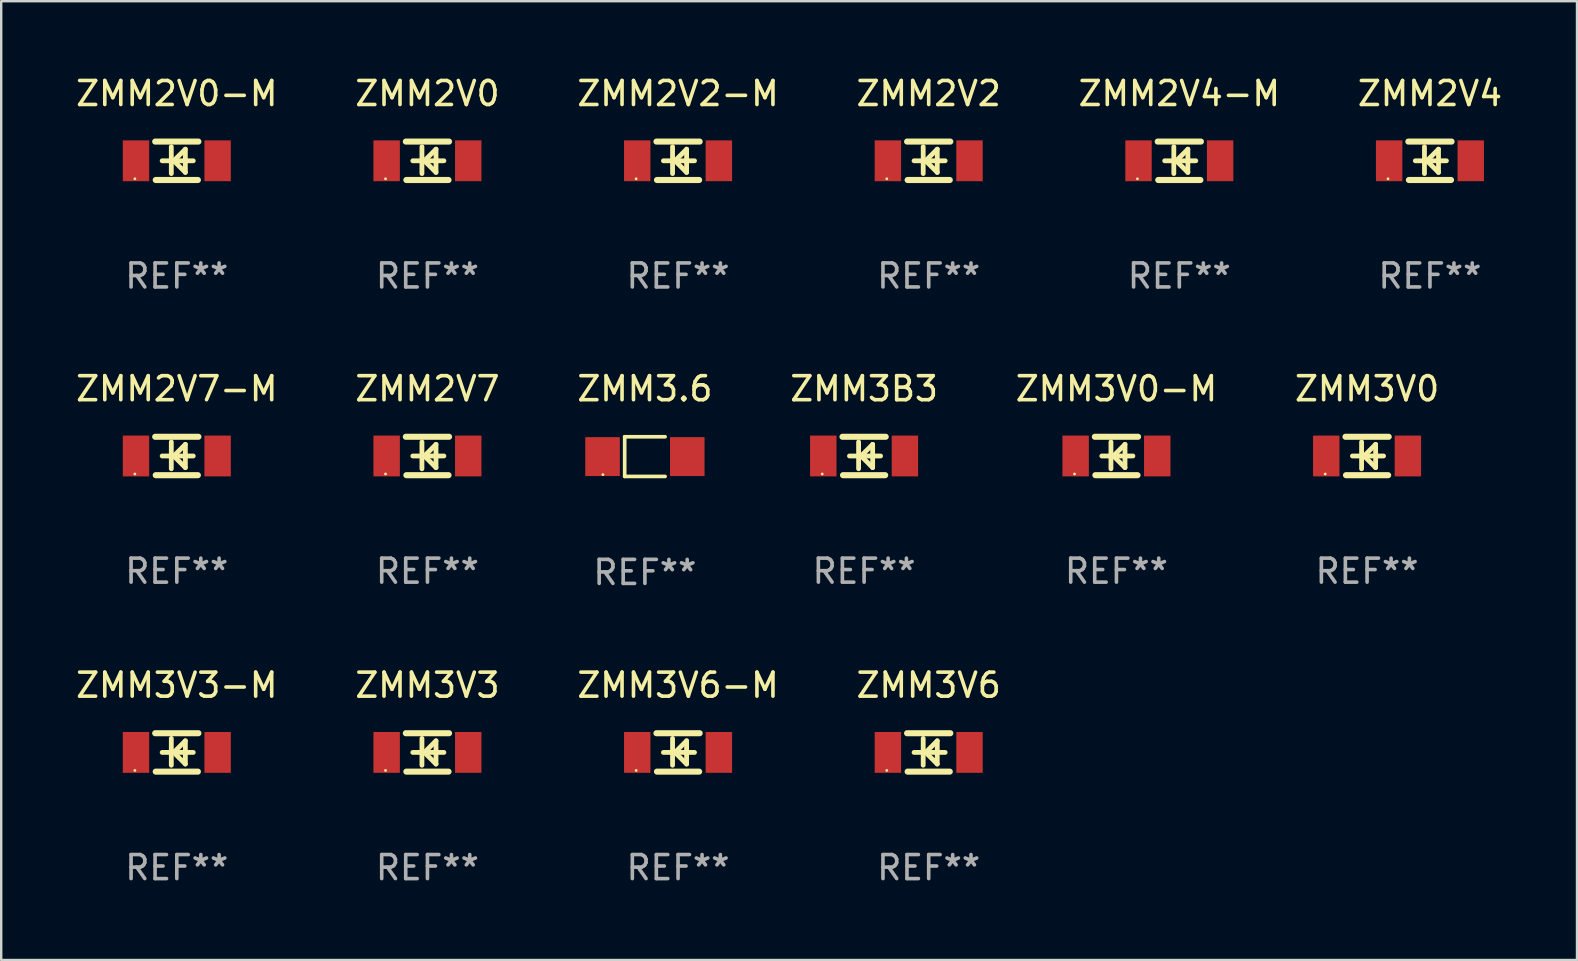
<source format=kicad_pcb>
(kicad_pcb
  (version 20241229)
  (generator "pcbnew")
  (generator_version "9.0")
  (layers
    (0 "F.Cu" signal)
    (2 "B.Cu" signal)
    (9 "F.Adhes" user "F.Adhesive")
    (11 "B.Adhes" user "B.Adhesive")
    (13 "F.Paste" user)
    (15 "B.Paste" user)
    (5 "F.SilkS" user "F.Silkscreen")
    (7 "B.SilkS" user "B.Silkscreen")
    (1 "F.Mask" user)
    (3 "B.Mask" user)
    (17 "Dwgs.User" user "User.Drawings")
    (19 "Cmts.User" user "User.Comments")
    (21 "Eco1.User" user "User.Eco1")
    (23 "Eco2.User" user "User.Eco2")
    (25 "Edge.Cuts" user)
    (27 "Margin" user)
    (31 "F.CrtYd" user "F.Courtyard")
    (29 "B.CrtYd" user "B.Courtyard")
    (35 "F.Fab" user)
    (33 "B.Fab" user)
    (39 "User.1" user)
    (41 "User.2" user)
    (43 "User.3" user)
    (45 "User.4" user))
  (footprint "ZMM3V6-M"
    (layer "F.Cu")
    (at 25.196 28.294)
    (property "Reference" "ZMM3V6-M" (at 0 -2.8 0) (layer "F.SilkS") (effects (font (size 1 1) (thickness 0.15))))
    (attr through_hole)
    (fp_line (start -0.9 -0.8) (end 0.9 -0.8) (stroke (width 0.254) (type solid)) (layer "F.SilkS"))
    (fp_line (start -0.878 0.8) (end 0.878 0.8) (stroke (width 0.254) (type solid)) (layer "F.SilkS"))
    (fp_line (start -0.61 0) (end 0.686 0) (stroke (width 0.2) (type solid)) (layer "F.SilkS"))
    (fp_line (start -0.229 -0.584) (end -0.229 0.533) (stroke (width 0.2) (type solid)) (layer "F.SilkS"))
    (fp_line (start -0.127 0) (end 0.356 -0.483) (stroke (width 0.2) (type solid)) (layer "F.SilkS"))
    (fp_line (start 0.356 -0.483) (end 0.356 0.483) (stroke (width 0.2) (type solid)) (layer "F.SilkS"))
    (fp_line (start 0.356 0.483) (end -0.102 0.025) (stroke (width 0.2) (type solid)) (layer "F.SilkS"))
    (fp_circle (center -1.746 0.75) (end -1.716 0.75) (stroke (width 0.06) (type solid)) (fill no) (layer "F.SilkS"))
    (fp_text user "REF**" (at 0 4.8 0) (layer "F.Fab") (effects (font (size 1 1) (thickness 0.15))))
    (pad "1" smd rect (at -1.7 0 180) (size 1.1 1.7) (layers "F.Cu" "F.Mask" "F.Paste"))
    (pad "2" smd rect (at 1.7 0 180) (size 1.1 1.7) (layers "F.Cu" "F.Mask" "F.Paste")))
  (footprint "ZMM3V6"
    (layer "F.Cu")
    (at 35.637 28.294)
    (property "Reference" "ZMM3V6" (at 0 -2.8 0) (layer "F.SilkS") (effects (font (size 1 1) (thickness 0.15))))
    (attr through_hole)
    (fp_line (start -0.9 -0.8) (end 0.9 -0.8) (stroke (width 0.254) (type solid)) (layer "F.SilkS"))
    (fp_line (start -0.878 0.8) (end 0.878 0.8) (stroke (width 0.254) (type solid)) (layer "F.SilkS"))
    (fp_line (start -0.61 0) (end 0.686 0) (stroke (width 0.2) (type solid)) (layer "F.SilkS"))
    (fp_line (start -0.229 -0.584) (end -0.229 0.533) (stroke (width 0.2) (type solid)) (layer "F.SilkS"))
    (fp_line (start -0.127 0) (end 0.356 -0.483) (stroke (width 0.2) (type solid)) (layer "F.SilkS"))
    (fp_line (start 0.356 -0.483) (end 0.356 0.483) (stroke (width 0.2) (type solid)) (layer "F.SilkS"))
    (fp_line (start 0.356 0.483) (end -0.102 0.025) (stroke (width 0.2) (type solid)) (layer "F.SilkS"))
    (fp_circle (center -1.746 0.75) (end -1.716 0.75) (stroke (width 0.06) (type solid)) (fill no) (layer "F.SilkS"))
    (fp_text user "REF**" (at 0 4.8 0) (layer "F.Fab") (effects (font (size 1 1) (thickness 0.15))))
    (pad "1" smd rect (at -1.7 0 180) (size 1.1 1.7) (layers "F.Cu" "F.Mask" "F.Paste"))
    (pad "2" smd rect (at 1.7 0 180) (size 1.1 1.7) (layers "F.Cu" "F.Mask" "F.Paste")))
  (footprint "ZMM2V7"
    (layer "F.Cu")
    (at 14.756 15.945)
    (property "Reference" "ZMM2V7" (at 0 -2.8 0) (layer "F.SilkS") (effects (font (size 1 1) (thickness 0.15))))
    (attr through_hole)
    (fp_line (start -0.9 -0.8) (end 0.9 -0.8) (stroke (width 0.254) (type solid)) (layer "F.SilkS"))
    (fp_line (start -0.878 0.8) (end 0.878 0.8) (stroke (width 0.254) (type solid)) (layer "F.SilkS"))
    (fp_line (start -0.61 0) (end 0.686 0) (stroke (width 0.2) (type solid)) (layer "F.SilkS"))
    (fp_line (start -0.229 -0.584) (end -0.229 0.533) (stroke (width 0.2) (type solid)) (layer "F.SilkS"))
    (fp_line (start -0.127 0) (end 0.356 -0.483) (stroke (width 0.2) (type solid)) (layer "F.SilkS"))
    (fp_line (start 0.356 -0.483) (end 0.356 0.483) (stroke (width 0.2) (type solid)) (layer "F.SilkS"))
    (fp_line (start 0.356 0.483) (end -0.102 0.025) (stroke (width 0.2) (type solid)) (layer "F.SilkS"))
    (fp_circle (center -1.746 0.75) (end -1.716 0.75) (stroke (width 0.06) (type solid)) (fill no) (layer "F.SilkS"))
    (fp_text user "REF**" (at 0 4.8 0) (layer "F.Fab") (effects (font (size 1 1) (thickness 0.15))))
    (pad "1" smd rect (at -1.7 0 180) (size 1.1 1.7) (layers "F.Cu" "F.Mask" "F.Paste"))
    (pad "2" smd rect (at 1.7 0 180) (size 1.1 1.7) (layers "F.Cu" "F.Mask" "F.Paste")))
  (footprint "ZMM2V0"
    (layer "F.Cu")
    (at 14.756 3.648)
    (property "Reference" "ZMM2V0" (at 0 -2.8 0) (layer "F.SilkS") (effects (font (size 1 1) (thickness 0.15))))
    (attr through_hole)
    (fp_line (start -0.9 -0.8) (end 0.9 -0.8) (stroke (width 0.254) (type solid)) (layer "F.SilkS"))
    (fp_line (start -0.878 0.8) (end 0.878 0.8) (stroke (width 0.254) (type solid)) (layer "F.SilkS"))
    (fp_line (start -0.61 0) (end 0.686 0) (stroke (width 0.2) (type solid)) (layer "F.SilkS"))
    (fp_line (start -0.229 -0.584) (end -0.229 0.533) (stroke (width 0.2) (type solid)) (layer "F.SilkS"))
    (fp_line (start -0.127 0) (end 0.356 -0.483) (stroke (width 0.2) (type solid)) (layer "F.SilkS"))
    (fp_line (start 0.356 -0.483) (end 0.356 0.483) (stroke (width 0.2) (type solid)) (layer "F.SilkS"))
    (fp_line (start 0.356 0.483) (end -0.102 0.025) (stroke (width 0.2) (type solid)) (layer "F.SilkS"))
    (fp_circle (center -1.746 0.75) (end -1.716 0.75) (stroke (width 0.06) (type solid)) (fill no) (layer "F.SilkS"))
    (fp_text user "REF**" (at 0 4.8 0) (layer "F.Fab") (effects (font (size 1 1) (thickness 0.15))))
    (pad "1" smd rect (at -1.7 0 180) (size 1.1 1.7) (layers "F.Cu" "F.Mask" "F.Paste"))
    (pad "2" smd rect (at 1.7 0 180) (size 1.1 1.7) (layers "F.Cu" "F.Mask" "F.Paste")))
  (footprint "ZMM3V3-M"
    (layer "F.Cu")
    (at 4.315 28.294)
    (property "Reference" "ZMM3V3-M" (at 0 -2.8 0) (layer "F.SilkS") (effects (font (size 1 1) (thickness 0.15))))
    (attr through_hole)
    (fp_line (start -0.9 -0.8) (end 0.9 -0.8) (stroke (width 0.254) (type solid)) (layer "F.SilkS"))
    (fp_line (start -0.878 0.8) (end 0.878 0.8) (stroke (width 0.254) (type solid)) (layer "F.SilkS"))
    (fp_line (start -0.61 0) (end 0.686 0) (stroke (width 0.2) (type solid)) (layer "F.SilkS"))
    (fp_line (start -0.229 -0.584) (end -0.229 0.533) (stroke (width 0.2) (type solid)) (layer "F.SilkS"))
    (fp_line (start -0.127 0) (end 0.356 -0.483) (stroke (width 0.2) (type solid)) (layer "F.SilkS"))
    (fp_line (start 0.356 -0.483) (end 0.356 0.483) (stroke (width 0.2) (type solid)) (layer "F.SilkS"))
    (fp_line (start 0.356 0.483) (end -0.102 0.025) (stroke (width 0.2) (type solid)) (layer "F.SilkS"))
    (fp_circle (center -1.746 0.75) (end -1.716 0.75) (stroke (width 0.06) (type solid)) (fill no) (layer "F.SilkS"))
    (fp_text user "REF**" (at 0 4.8 0) (layer "F.Fab") (effects (font (size 1 1) (thickness 0.15))))
    (pad "1" smd rect (at -1.7 0 180) (size 1.1 1.7) (layers "F.Cu" "F.Mask" "F.Paste"))
    (pad "2" smd rect (at 1.7 0 180) (size 1.1 1.7) (layers "F.Cu" "F.Mask" "F.Paste")))
  (footprint "ZMM3V3"
    (layer "F.Cu")
    (at 14.756 28.294)
    (property "Reference" "ZMM3V3" (at 0 -2.8 0) (layer "F.SilkS") (effects (font (size 1 1) (thickness 0.15))))
    (attr through_hole)
    (fp_line (start -0.9 -0.8) (end 0.9 -0.8) (stroke (width 0.254) (type solid)) (layer "F.SilkS"))
    (fp_line (start -0.878 0.8) (end 0.878 0.8) (stroke (width 0.254) (type solid)) (layer "F.SilkS"))
    (fp_line (start -0.61 0) (end 0.686 0) (stroke (width 0.2) (type solid)) (layer "F.SilkS"))
    (fp_line (start -0.229 -0.584) (end -0.229 0.533) (stroke (width 0.2) (type solid)) (layer "F.SilkS"))
    (fp_line (start -0.127 0) (end 0.356 -0.483) (stroke (width 0.2) (type solid)) (layer "F.SilkS"))
    (fp_line (start 0.356 -0.483) (end 0.356 0.483) (stroke (width 0.2) (type solid)) (layer "F.SilkS"))
    (fp_line (start 0.356 0.483) (end -0.102 0.025) (stroke (width 0.2) (type solid)) (layer "F.SilkS"))
    (fp_circle (center -1.746 0.75) (end -1.716 0.75) (stroke (width 0.06) (type solid)) (fill no) (layer "F.SilkS"))
    (fp_text user "REF**" (at 0 4.8 0) (layer "F.Fab") (effects (font (size 1 1) (thickness 0.15))))
    (pad "1" smd rect (at -1.7 0 180) (size 1.1 1.7) (layers "F.Cu" "F.Mask" "F.Paste"))
    (pad "2" smd rect (at 1.7 0 180) (size 1.1 1.7) (layers "F.Cu" "F.Mask" "F.Paste")))
  (footprint "ZMM2V4"
    (layer "F.Cu")
    (at 56.518 3.648)
    (property "Reference" "ZMM2V4" (at 0 -2.8 0) (layer "F.SilkS") (effects (font (size 1 1) (thickness 0.15))))
    (attr through_hole)
    (fp_line (start -0.9 -0.8) (end 0.9 -0.8) (stroke (width 0.254) (type solid)) (layer "F.SilkS"))
    (fp_line (start -0.878 0.8) (end 0.878 0.8) (stroke (width 0.254) (type solid)) (layer "F.SilkS"))
    (fp_line (start -0.61 0) (end 0.686 0) (stroke (width 0.2) (type solid)) (layer "F.SilkS"))
    (fp_line (start -0.229 -0.584) (end -0.229 0.533) (stroke (width 0.2) (type solid)) (layer "F.SilkS"))
    (fp_line (start -0.127 0) (end 0.356 -0.483) (stroke (width 0.2) (type solid)) (layer "F.SilkS"))
    (fp_line (start 0.356 -0.483) (end 0.356 0.483) (stroke (width 0.2) (type solid)) (layer "F.SilkS"))
    (fp_line (start 0.356 0.483) (end -0.102 0.025) (stroke (width 0.2) (type solid)) (layer "F.SilkS"))
    (fp_circle (center -1.746 0.75) (end -1.716 0.75) (stroke (width 0.06) (type solid)) (fill no) (layer "F.SilkS"))
    (fp_text user "REF**" (at 0 4.8 0) (layer "F.Fab") (effects (font (size 1 1) (thickness 0.15))))
    (pad "1" smd rect (at -1.7 0 180) (size 1.1 1.7) (layers "F.Cu" "F.Mask" "F.Paste"))
    (pad "2" smd rect (at 1.7 0 180) (size 1.1 1.7) (layers "F.Cu" "F.Mask" "F.Paste")))
  (footprint "ZMM3V0"
    (layer "F.Cu")
    (at 53.899 15.945)
    (property "Reference" "ZMM3V0" (at 0 -2.8 0) (layer "F.SilkS") (effects (font (size 1 1) (thickness 0.15))))
    (attr through_hole)
    (fp_line (start -0.9 -0.8) (end 0.9 -0.8) (stroke (width 0.254) (type solid)) (layer "F.SilkS"))
    (fp_line (start -0.878 0.8) (end 0.878 0.8) (stroke (width 0.254) (type solid)) (layer "F.SilkS"))
    (fp_line (start -0.61 0) (end 0.686 0) (stroke (width 0.2) (type solid)) (layer "F.SilkS"))
    (fp_line (start -0.229 -0.584) (end -0.229 0.533) (stroke (width 0.2) (type solid)) (layer "F.SilkS"))
    (fp_line (start -0.127 0) (end 0.356 -0.483) (stroke (width 0.2) (type solid)) (layer "F.SilkS"))
    (fp_line (start 0.356 -0.483) (end 0.356 0.483) (stroke (width 0.2) (type solid)) (layer "F.SilkS"))
    (fp_line (start 0.356 0.483) (end -0.102 0.025) (stroke (width 0.2) (type solid)) (layer "F.SilkS"))
    (fp_circle (center -1.746 0.75) (end -1.716 0.75) (stroke (width 0.06) (type solid)) (fill no) (layer "F.SilkS"))
    (fp_text user "REF**" (at 0 4.8 0) (layer "F.Fab") (effects (font (size 1 1) (thickness 0.15))))
    (pad "1" smd rect (at -1.7 0 180) (size 1.1 1.7) (layers "F.Cu" "F.Mask" "F.Paste"))
    (pad "2" smd rect (at 1.7 0 180) (size 1.1 1.7) (layers "F.Cu" "F.Mask" "F.Paste")))
  (footprint "ZMM2V4-M"
    (layer "F.Cu")
    (at 46.077 3.648)
    (property "Reference" "ZMM2V4-M" (at 0 -2.8 0) (layer "F.SilkS") (effects (font (size 1 1) (thickness 0.15))))
    (attr through_hole)
    (fp_line (start -0.9 -0.8) (end 0.9 -0.8) (stroke (width 0.254) (type solid)) (layer "F.SilkS"))
    (fp_line (start -0.878 0.8) (end 0.878 0.8) (stroke (width 0.254) (type solid)) (layer "F.SilkS"))
    (fp_line (start -0.61 0) (end 0.686 0) (stroke (width 0.2) (type solid)) (layer "F.SilkS"))
    (fp_line (start -0.229 -0.584) (end -0.229 0.533) (stroke (width 0.2) (type solid)) (layer "F.SilkS"))
    (fp_line (start -0.127 0) (end 0.356 -0.483) (stroke (width 0.2) (type solid)) (layer "F.SilkS"))
    (fp_line (start 0.356 -0.483) (end 0.356 0.483) (stroke (width 0.2) (type solid)) (layer "F.SilkS"))
    (fp_line (start 0.356 0.483) (end -0.102 0.025) (stroke (width 0.2) (type solid)) (layer "F.SilkS"))
    (fp_circle (center -1.746 0.75) (end -1.716 0.75) (stroke (width 0.06) (type solid)) (fill no) (layer "F.SilkS"))
    (fp_text user "REF**" (at 0 4.8 0) (layer "F.Fab") (effects (font (size 1 1) (thickness 0.15))))
    (pad "1" smd rect (at -1.7 0 180) (size 1.1 1.7) (layers "F.Cu" "F.Mask" "F.Paste"))
    (pad "2" smd rect (at 1.7 0 180) (size 1.1 1.7) (layers "F.Cu" "F.Mask" "F.Paste")))
  (footprint "ZMM3B3"
    (layer "F.Cu")
    (at 32.946 15.945)
    (property "Reference" "ZMM3B3" (at 0 -2.8 0) (layer "F.SilkS") (effects (font (size 1 1) (thickness 0.15))))
    (attr through_hole)
    (fp_line (start -0.9 -0.8) (end 0.9 -0.8) (stroke (width 0.254) (type solid)) (layer "F.SilkS"))
    (fp_line (start -0.878 0.8) (end 0.878 0.8) (stroke (width 0.254) (type solid)) (layer "F.SilkS"))
    (fp_line (start -0.61 0) (end 0.686 0) (stroke (width 0.2) (type solid)) (layer "F.SilkS"))
    (fp_line (start -0.229 -0.584) (end -0.229 0.533) (stroke (width 0.2) (type solid)) (layer "F.SilkS"))
    (fp_line (start -0.127 0) (end 0.356 -0.483) (stroke (width 0.2) (type solid)) (layer "F.SilkS"))
    (fp_line (start 0.356 -0.483) (end 0.356 0.483) (stroke (width 0.2) (type solid)) (layer "F.SilkS"))
    (fp_line (start 0.356 0.483) (end -0.102 0.025) (stroke (width 0.2) (type solid)) (layer "F.SilkS"))
    (fp_circle (center -1.746 0.75) (end -1.716 0.75) (stroke (width 0.06) (type solid)) (fill no) (layer "F.SilkS"))
    (fp_text user "REF**" (at 0 4.8 0) (layer "F.Fab") (effects (font (size 1 1) (thickness 0.15))))
    (pad "1" smd rect (at -1.7 0 180) (size 1.1 1.7) (layers "F.Cu" "F.Mask" "F.Paste"))
    (pad "2" smd rect (at 1.7 0 180) (size 1.1 1.7) (layers "F.Cu" "F.Mask" "F.Paste")))
  (footprint "ZMM3V0-M"
    (layer "F.Cu")
    (at 43.458 15.945)
    (property "Reference" "ZMM3V0-M" (at 0 -2.8 0) (layer "F.SilkS") (effects (font (size 1 1) (thickness 0.15))))
    (attr through_hole)
    (fp_line (start -0.9 -0.8) (end 0.9 -0.8) (stroke (width 0.254) (type solid)) (layer "F.SilkS"))
    (fp_line (start -0.878 0.8) (end 0.878 0.8) (stroke (width 0.254) (type solid)) (layer "F.SilkS"))
    (fp_line (start -0.61 0) (end 0.686 0) (stroke (width 0.2) (type solid)) (layer "F.SilkS"))
    (fp_line (start -0.229 -0.584) (end -0.229 0.533) (stroke (width 0.2) (type solid)) (layer "F.SilkS"))
    (fp_line (start -0.127 0) (end 0.356 -0.483) (stroke (width 0.2) (type solid)) (layer "F.SilkS"))
    (fp_line (start 0.356 -0.483) (end 0.356 0.483) (stroke (width 0.2) (type solid)) (layer "F.SilkS"))
    (fp_line (start 0.356 0.483) (end -0.102 0.025) (stroke (width 0.2) (type solid)) (layer "F.SilkS"))
    (fp_circle (center -1.746 0.75) (end -1.716 0.75) (stroke (width 0.06) (type solid)) (fill no) (layer "F.SilkS"))
    (fp_text user "REF**" (at 0 4.8 0) (layer "F.Fab") (effects (font (size 1 1) (thickness 0.15))))
    (pad "1" smd rect (at -1.7 0 180) (size 1.1 1.7) (layers "F.Cu" "F.Mask" "F.Paste"))
    (pad "2" smd rect (at 1.7 0 180) (size 1.1 1.7) (layers "F.Cu" "F.Mask" "F.Paste")))
  (footprint "ZMM2V0-M"
    (layer "F.Cu")
    (at 4.315 3.648)
    (property "Reference" "ZMM2V0-M" (at 0 -2.8 0) (layer "F.SilkS") (effects (font (size 1 1) (thickness 0.15))))
    (attr through_hole)
    (fp_line (start -0.9 -0.8) (end 0.9 -0.8) (stroke (width 0.254) (type solid)) (layer "F.SilkS"))
    (fp_line (start -0.878 0.8) (end 0.878 0.8) (stroke (width 0.254) (type solid)) (layer "F.SilkS"))
    (fp_line (start -0.61 0) (end 0.686 0) (stroke (width 0.2) (type solid)) (layer "F.SilkS"))
    (fp_line (start -0.229 -0.584) (end -0.229 0.533) (stroke (width 0.2) (type solid)) (layer "F.SilkS"))
    (fp_line (start -0.127 0) (end 0.356 -0.483) (stroke (width 0.2) (type solid)) (layer "F.SilkS"))
    (fp_line (start 0.356 -0.483) (end 0.356 0.483) (stroke (width 0.2) (type solid)) (layer "F.SilkS"))
    (fp_line (start 0.356 0.483) (end -0.102 0.025) (stroke (width 0.2) (type solid)) (layer "F.SilkS"))
    (fp_circle (center -1.746 0.75) (end -1.716 0.75) (stroke (width 0.06) (type solid)) (fill no) (layer "F.SilkS"))
    (fp_text user "REF**" (at 0 4.8 0) (layer "F.Fab") (effects (font (size 1 1) (thickness 0.15))))
    (pad "1" smd rect (at -1.7 0 180) (size 1.1 1.7) (layers "F.Cu" "F.Mask" "F.Paste"))
    (pad "2" smd rect (at 1.7 0 180) (size 1.1 1.7) (layers "F.Cu" "F.Mask" "F.Paste")))
  (footprint "ZMM2V2-M"
    (layer "F.Cu")
    (at 25.196 3.648)
    (property "Reference" "ZMM2V2-M" (at 0 -2.8 0) (layer "F.SilkS") (effects (font (size 1 1) (thickness 0.15))))
    (attr through_hole)
    (fp_line (start -0.9 -0.8) (end 0.9 -0.8) (stroke (width 0.254) (type solid)) (layer "F.SilkS"))
    (fp_line (start -0.878 0.8) (end 0.878 0.8) (stroke (width 0.254) (type solid)) (layer "F.SilkS"))
    (fp_line (start -0.61 0) (end 0.686 0) (stroke (width 0.2) (type solid)) (layer "F.SilkS"))
    (fp_line (start -0.229 -0.584) (end -0.229 0.533) (stroke (width 0.2) (type solid)) (layer "F.SilkS"))
    (fp_line (start -0.127 0) (end 0.356 -0.483) (stroke (width 0.2) (type solid)) (layer "F.SilkS"))
    (fp_line (start 0.356 -0.483) (end 0.356 0.483) (stroke (width 0.2) (type solid)) (layer "F.SilkS"))
    (fp_line (start 0.356 0.483) (end -0.102 0.025) (stroke (width 0.2) (type solid)) (layer "F.SilkS"))
    (fp_circle (center -1.746 0.75) (end -1.716 0.75) (stroke (width 0.06) (type solid)) (fill no) (layer "F.SilkS"))
    (fp_text user "REF**" (at 0 4.8 0) (layer "F.Fab") (effects (font (size 1 1) (thickness 0.15))))
    (pad "1" smd rect (at -1.7 0 180) (size 1.1 1.7) (layers "F.Cu" "F.Mask" "F.Paste"))
    (pad "2" smd rect (at 1.7 0 180) (size 1.1 1.7) (layers "F.Cu" "F.Mask" "F.Paste")))
  (footprint "ZMM3.6"
    (layer "F.Cu")
    (at 23.815 15.971)
    (property "Reference" "ZMM3.6" (at 0 -2.826 0) (layer "F.SilkS") (effects (font (size 1 1) (thickness 0.15))))
    (attr through_hole)
    (fp_line (start -0.842 -0.826) (end -0.842 0.826) (stroke (width 0.152) (type solid)) (layer "F.SilkS"))
    (fp_line (start -0.842 -0.826) (end 0.842 -0.826) (stroke (width 0.152) (type solid)) (layer "F.SilkS"))
    (fp_line (start -0.842 0.826) (end 0.842 0.826) (stroke (width 0.152) (type solid)) (layer "F.SilkS"))
    (fp_circle (center -1.75 0.75) (end -1.72 0.75) (stroke (width 0.06) (type solid)) (fill no) (layer "F.SilkS"))
    (fp_text user "REF**" (at 0 4.826 0) (layer "F.Fab") (effects (font (size 1 1) (thickness 0.15))))
    (pad "1" smd rect (at -1.765 0) (size 1.44 1.62) (layers "F.Cu" "F.Mask" "F.Paste"))
    (pad "2" smd rect (at 1.765 0) (size 1.44 1.62) (layers "F.Cu" "F.Mask" "F.Paste")))
  (footprint "ZMM2V2"
    (layer "F.Cu")
    (at 35.637 3.648)
    (property "Reference" "ZMM2V2" (at 0 -2.8 0) (layer "F.SilkS") (effects (font (size 1 1) (thickness 0.15))))
    (attr through_hole)
    (fp_line (start -0.9 -0.8) (end 0.9 -0.8) (stroke (width 0.254) (type solid)) (layer "F.SilkS"))
    (fp_line (start -0.878 0.8) (end 0.878 0.8) (stroke (width 0.254) (type solid)) (layer "F.SilkS"))
    (fp_line (start -0.61 0) (end 0.686 0) (stroke (width 0.2) (type solid)) (layer "F.SilkS"))
    (fp_line (start -0.229 -0.584) (end -0.229 0.533) (stroke (width 0.2) (type solid)) (layer "F.SilkS"))
    (fp_line (start -0.127 0) (end 0.356 -0.483) (stroke (width 0.2) (type solid)) (layer "F.SilkS"))
    (fp_line (start 0.356 -0.483) (end 0.356 0.483) (stroke (width 0.2) (type solid)) (layer "F.SilkS"))
    (fp_line (start 0.356 0.483) (end -0.102 0.025) (stroke (width 0.2) (type solid)) (layer "F.SilkS"))
    (fp_circle (center -1.746 0.75) (end -1.716 0.75) (stroke (width 0.06) (type solid)) (fill no) (layer "F.SilkS"))
    (fp_text user "REF**" (at 0 4.8 0) (layer "F.Fab") (effects (font (size 1 1) (thickness 0.15))))
    (pad "1" smd rect (at -1.7 0 180) (size 1.1 1.7) (layers "F.Cu" "F.Mask" "F.Paste"))
    (pad "2" smd rect (at 1.7 0 180) (size 1.1 1.7) (layers "F.Cu" "F.Mask" "F.Paste")))
  (footprint "ZMM2V7-M"
    (layer "F.Cu")
    (at 4.315 15.945)
    (property "Reference" "ZMM2V7-M" (at 0 -2.8 0) (layer "F.SilkS") (effects (font (size 1 1) (thickness 0.15))))
    (attr through_hole)
    (fp_line (start -0.9 -0.8) (end 0.9 -0.8) (stroke (width 0.254) (type solid)) (layer "F.SilkS"))
    (fp_line (start -0.878 0.8) (end 0.878 0.8) (stroke (width 0.254) (type solid)) (layer "F.SilkS"))
    (fp_line (start -0.61 0) (end 0.686 0) (stroke (width 0.2) (type solid)) (layer "F.SilkS"))
    (fp_line (start -0.229 -0.584) (end -0.229 0.533) (stroke (width 0.2) (type solid)) (layer "F.SilkS"))
    (fp_line (start -0.127 0) (end 0.356 -0.483) (stroke (width 0.2) (type solid)) (layer "F.SilkS"))
    (fp_line (start 0.356 -0.483) (end 0.356 0.483) (stroke (width 0.2) (type solid)) (layer "F.SilkS"))
    (fp_line (start 0.356 0.483) (end -0.102 0.025) (stroke (width 0.2) (type solid)) (layer "F.SilkS"))
    (fp_circle (center -1.746 0.75) (end -1.716 0.75) (stroke (width 0.06) (type solid)) (fill no) (layer "F.SilkS"))
    (fp_text user "REF**" (at 0 4.8 0) (layer "F.Fab") (effects (font (size 1 1) (thickness 0.15))))
    (pad "1" smd rect (at -1.7 0 180) (size 1.1 1.7) (layers "F.Cu" "F.Mask" "F.Paste"))
    (pad "2" smd rect (at 1.7 0 180) (size 1.1 1.7) (layers "F.Cu" "F.Mask" "F.Paste")))
  (gr_rect
    (start -3 -3)
    (end 62.643 36.942)
    (stroke (width 0.1) (type default))
    (fill no)
    (layer "Edge.Cuts")))
</source>
